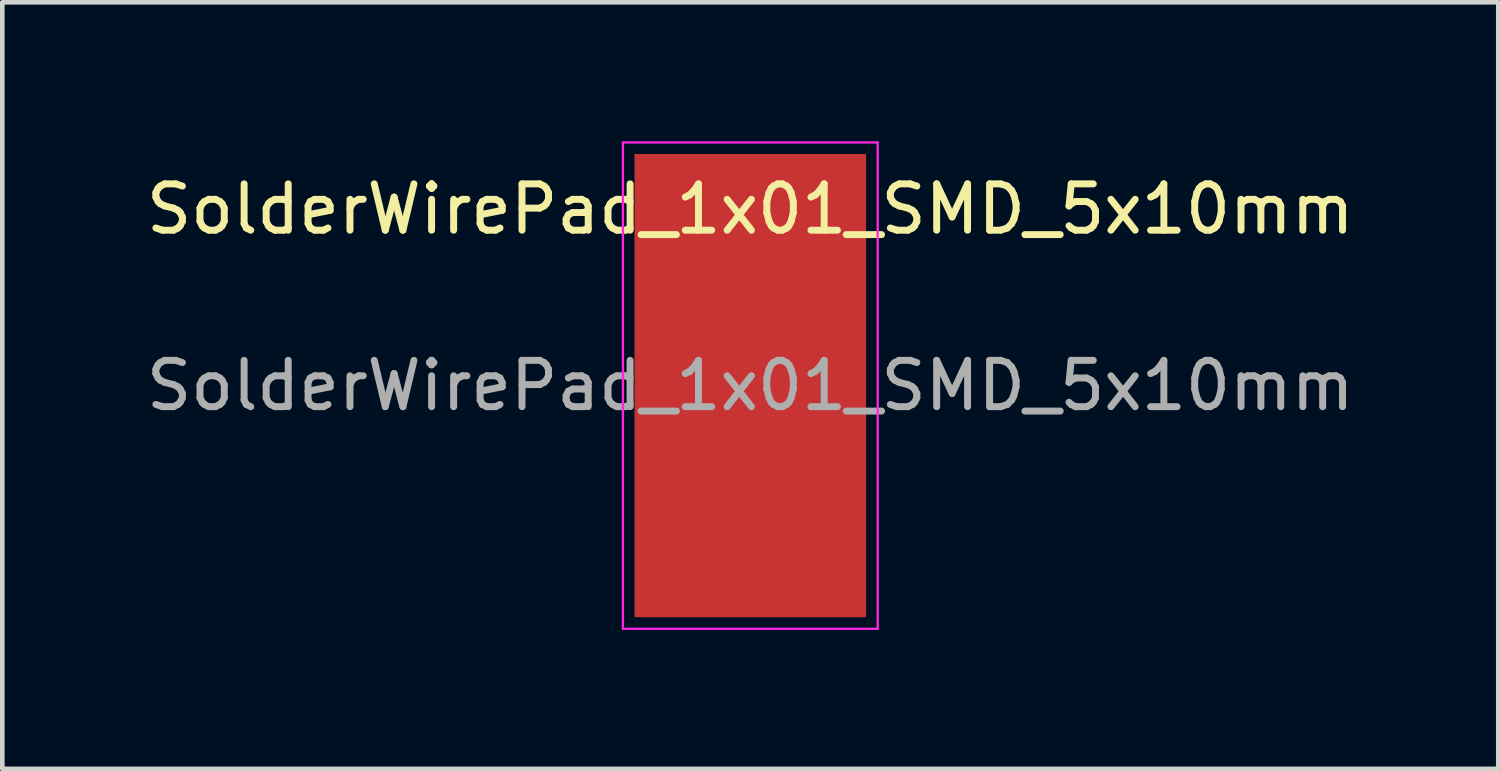
<source format=kicad_pcb>
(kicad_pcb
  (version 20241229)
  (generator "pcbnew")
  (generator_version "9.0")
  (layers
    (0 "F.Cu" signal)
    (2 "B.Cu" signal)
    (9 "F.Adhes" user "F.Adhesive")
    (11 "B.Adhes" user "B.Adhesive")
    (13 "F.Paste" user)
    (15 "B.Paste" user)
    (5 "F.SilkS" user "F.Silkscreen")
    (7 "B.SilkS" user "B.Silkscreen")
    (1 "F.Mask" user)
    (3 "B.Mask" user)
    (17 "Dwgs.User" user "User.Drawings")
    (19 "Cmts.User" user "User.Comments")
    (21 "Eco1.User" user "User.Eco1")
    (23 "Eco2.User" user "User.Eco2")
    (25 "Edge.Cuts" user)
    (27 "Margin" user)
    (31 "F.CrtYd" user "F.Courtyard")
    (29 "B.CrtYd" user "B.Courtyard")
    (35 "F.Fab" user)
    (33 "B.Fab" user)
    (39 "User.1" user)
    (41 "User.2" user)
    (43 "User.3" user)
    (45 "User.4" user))
  (footprint "SolderWirePad_1x01_SMD_5x10mm"
    (layer "F.Cu")
    (at 13.149 5.275)
    (property "Reference" "SolderWirePad_1x01_SMD_5x10mm" (at 0 -3.81 0) (layer "F.SilkS") (effects (font (size 1 1) (thickness 0.15))))
    (attr smd exclude_from_pos_files exclude_from_bom)
    (fp_line (start -2.75 -5.25) (end -2.75 5.25) (stroke (width 0.05) (type solid)) (layer "F.CrtYd"))
    (fp_line (start -2.75 5.25) (end 2.75 5.25) (stroke (width 0.05) (type solid)) (layer "F.CrtYd"))
    (fp_line (start 2.75 -5.25) (end -2.75 -5.25) (stroke (width 0.05) (type solid)) (layer "F.CrtYd"))
    (fp_line (start 2.75 5.25) (end 2.75 -5.25) (stroke (width 0.05) (type solid)) (layer "F.CrtYd"))
    (fp_text user "${REFERENCE}" (at 0 0 0) (layer "F.Fab") (effects (font (size 1 1) (thickness 0.15))))
    (pad "1" smd rect (at 0 0) (size 5 10) (layers "F.Cu" "F.Mask" "F.Paste")))
  (gr_rect
    (start -3 -3)
    (end 29.298 13.55)
    (stroke (width 0.1) (type default))
    (fill no)
    (layer "Edge.Cuts")))
</source>
